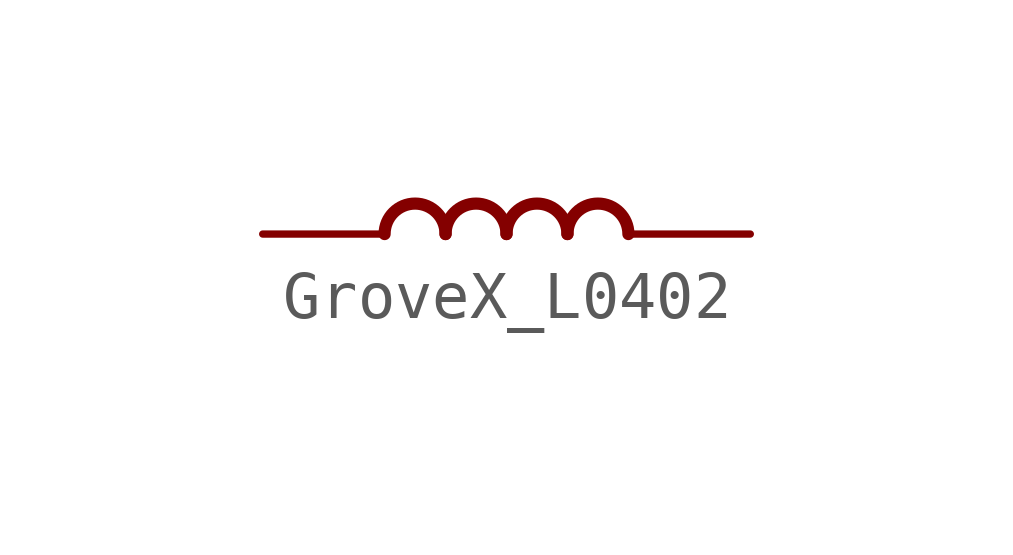
<source format=kicad_sym>
(kicad_symbol_lib
  (version 20231120)
  (generator "kicad_symbol_editor")
  (generator_version "8.0")
  (symbol "GroveX_L0402"
    (property "Reference" "L"
      (at -5.08 0 0)
      (effects (font (size 1.27 1.079)) (justify left bottom) (hide yes)))
    (property "ki_locked" ""
      (at 0 0 0)
      (effects (font (size 1.27 1.27))))
    (symbol "GroveX_L0402_1_0"
      (arc (start -1.27 0) (mid -1.905 0.635) (end -2.54 0) (stroke (width 0.254) (type solid)) (fill (type none)))
      (arc (start 0 0) (mid -0.635 0.635) (end -1.27 0) (stroke (width 0.254) (type solid)) (fill (type none)))
      (arc (start 1.27 0) (mid 0.635 0.635) (end 0 0) (stroke (width 0.254) (type solid)) (fill (type none)))
      (arc (start 2.54 0) (mid 1.905 0.635) (end 1.27 0) (stroke (width 0.254) (type solid)) (fill (type none)))
      (pin passive line (at -5.08 0 0) (length 2.54) (name "1" (effects (font (size 0 0)))) (number "1" (effects (font (size 0 0)))))
      (pin passive line (at 5.08 0 180) (length 2.54) (name "2" (effects (font (size 0 0)))) (number "2" (effects (font (size 0 0))))))))
</source>
